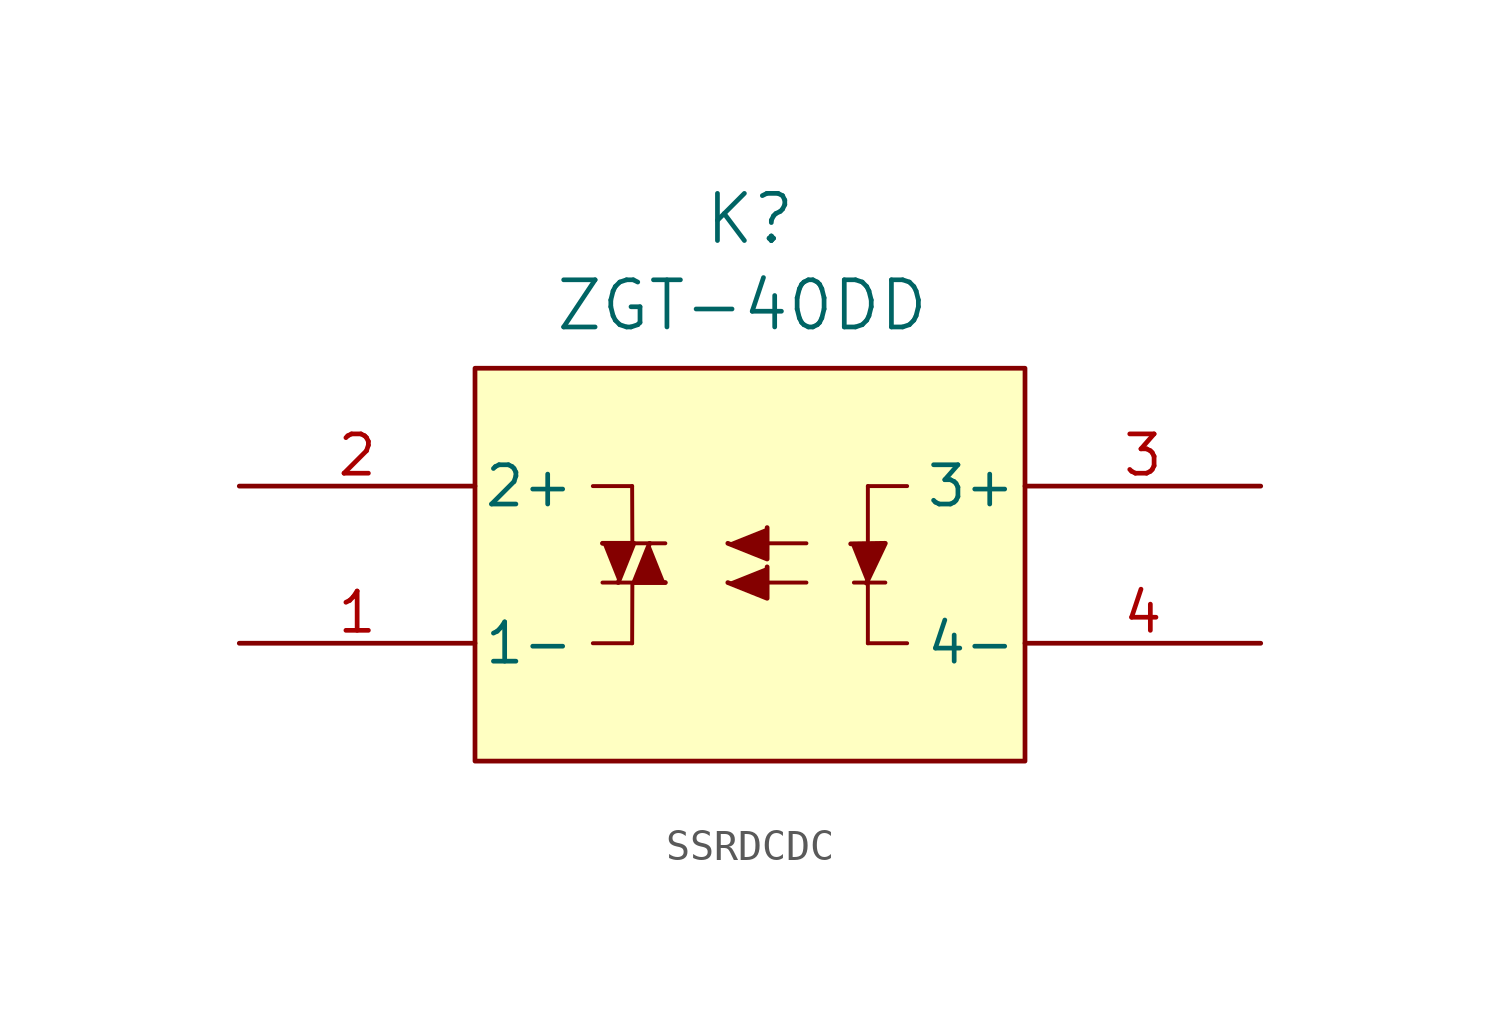
<source format=kicad_sym>
(kicad_symbol_lib
  (version 20241209)
  (generator "kicad_symbol_editor")
  (generator_version "9.0")
  (symbol "SSRDCDC"
    (pin_names
      (offset 0.254))
    (property "Reference" "K"
      (at 16.51 8.636 0)
      (effects (font (size 1.524 1.524))))
    (property "Value" "ZGT-40DD"
      (at 16.256 5.842 0)
      (effects (font (size 1.524 1.524))))
    (property "ki_locked" ""
      (at 0 0 0)
      (effects (font (size 1.27 1.27))))
    (symbol "SSRDCDC_0_0"
      (polyline (pts (xy 11.741 -1.849) (xy 13.773 -1.849)) (stroke (width 0.127) (type default)) (fill (type none)))
      (polyline (pts (xy 12.249 -3.119) (xy 12.757 -1.849) (xy 11.741 -1.849)) (stroke (width 0) (type default)) (fill (type outline)))
      (polyline (pts (xy 12.7 0) (xy 11.43 0)) (stroke (width 0.127) (type default)) (fill (type none)))
      (polyline (pts (xy 12.7 -5.08) (xy 11.43 -5.08)) (stroke (width 0.127) (type default)) (fill (type none)))
      (polyline (pts (xy 12.707 -1.93) (xy 12.7 0)) (stroke (width 0.127) (type default)) (fill (type none)))
      (polyline (pts (xy 12.707 -3.136) (xy 12.7 -5.08)) (stroke (width 0.127) (type default)) (fill (type none)))
      (polyline (pts (xy 13.265 -1.849) (xy 12.757 -3.119) (xy 13.773 -3.119)) (stroke (width 0) (type default)) (fill (type outline)))
      (polyline (pts (xy 13.773 -3.119) (xy 11.741 -3.119)) (stroke (width 0.127) (type default)) (fill (type none)))
      (polyline (pts (xy 15.793 -1.849) (xy 17.064 -2.357) (xy 17.064 -1.341)) (stroke (width 0) (type default)) (fill (type outline)))
      (polyline (pts (xy 15.793 -3.119) (xy 17.064 -3.627) (xy 17.064 -2.611)) (stroke (width 0) (type default)) (fill (type outline)))
      (polyline (pts (xy 18.334 -1.849) (xy 17.064 -1.849)) (stroke (width 0.127) (type default)) (fill (type none)))
      (polyline (pts (xy 18.334 -3.119) (xy 17.064 -3.119)) (stroke (width 0.127) (type default)) (fill (type none)))
      (polyline (pts (xy 20.273 -3.136) (xy 20.885 -1.849) (xy 19.765 -1.866)) (stroke (width 0) (type default)) (fill (type outline)))
      (polyline (pts (xy 20.32 0) (xy 20.32 -2.54)) (stroke (width 0.127) (type default)) (fill (type none)))
      (polyline (pts (xy 20.32 -5.08) (xy 20.32 -2.54)) (stroke (width 0.127) (type default)) (fill (type none)))
      (polyline (pts (xy 20.885 -3.119) (xy 19.869 -3.119)) (stroke (width 0.127) (type default)) (fill (type none)))
      (polyline (pts (xy 21.59 0) (xy 20.32 0)) (stroke (width 0.127) (type default)) (fill (type none)))
      (polyline (pts (xy 21.59 -5.08) (xy 20.32 -5.08)) (stroke (width 0.127) (type default)) (fill (type none))))
    (symbol "SSRDCDC_1_0"
      (pin power_in line (at 0 0 0) (length 7.62) (name "2+" (effects (font (size 1.27 1.27)))) (number "2" (effects (font (size 1.27 1.27)))))
      (pin power_out line (at 0 -5.08 0) (length 7.62) (name "1-" (effects (font (size 1.27 1.27)))) (number "1" (effects (font (size 1.27 1.27)))))
      (pin input line (at 33.02 0 180) (length 7.62) (name "3+" (effects (font (size 1.27 1.27)))) (number "3" (effects (font (size 1.27 1.27)))))
      (pin power_out line (at 33.02 -5.08 180) (length 7.62) (name "4-" (effects (font (size 1.27 1.27)))) (number "4" (effects (font (size 1.27 1.27))))))
    (symbol "SSRDCDC_1_1"
      (rectangle (start 7.62 3.81) (end 25.4 -8.89) (stroke (width 0) (type default)) (fill (type background))))))
</source>
